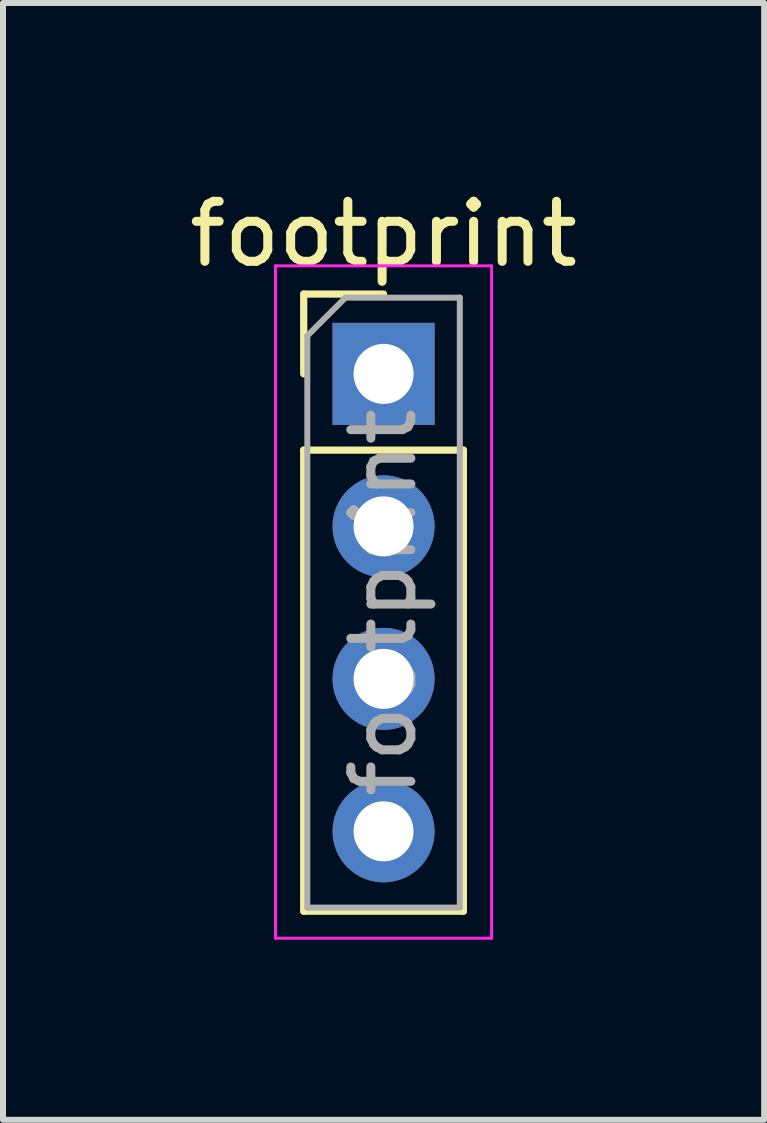
<source format=kicad_pcb>
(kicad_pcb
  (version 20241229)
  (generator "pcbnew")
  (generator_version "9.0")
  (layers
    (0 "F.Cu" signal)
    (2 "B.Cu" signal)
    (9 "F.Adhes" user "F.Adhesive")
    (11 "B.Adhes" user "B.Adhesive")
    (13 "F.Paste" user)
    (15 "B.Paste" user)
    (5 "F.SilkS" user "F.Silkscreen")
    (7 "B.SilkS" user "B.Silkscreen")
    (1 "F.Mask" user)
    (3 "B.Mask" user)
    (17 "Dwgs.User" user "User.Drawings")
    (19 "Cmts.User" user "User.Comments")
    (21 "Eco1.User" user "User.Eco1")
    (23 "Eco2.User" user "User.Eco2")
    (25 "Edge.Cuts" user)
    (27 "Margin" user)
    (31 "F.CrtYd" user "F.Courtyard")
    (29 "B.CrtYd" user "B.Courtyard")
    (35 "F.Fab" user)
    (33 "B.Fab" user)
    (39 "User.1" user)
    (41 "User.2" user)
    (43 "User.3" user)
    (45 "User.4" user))
  (footprint "footprint"
    (layer "F.Cu")
    (at 3.339 3.178)
    (property "Reference" "footprint" (at 0 -2.33 0) (layer "F.SilkS") (effects (font (size 1 1) (thickness 0.15))))
    (attr through_hole)
    (fp_line (start -1.33 -1.33) (end 0 -1.33) (stroke (width 0.12) (type solid)) (layer "F.SilkS"))
    (fp_line (start -1.33 0) (end -1.33 -1.33) (stroke (width 0.12) (type solid)) (layer "F.SilkS"))
    (fp_line (start -1.33 1.27) (end -1.33 8.95) (stroke (width 0.12) (type solid)) (layer "F.SilkS"))
    (fp_line (start -1.33 1.27) (end 1.33 1.27) (stroke (width 0.12) (type solid)) (layer "F.SilkS"))
    (fp_line (start -1.33 8.95) (end 1.33 8.95) (stroke (width 0.12) (type solid)) (layer "F.SilkS"))
    (fp_line (start 1.33 1.27) (end 1.33 8.95) (stroke (width 0.12) (type solid)) (layer "F.SilkS"))
    (fp_line (start -1.8 -1.8) (end -1.8 9.4) (stroke (width 0.05) (type solid)) (layer "F.CrtYd"))
    (fp_line (start -1.8 9.4) (end 1.8 9.4) (stroke (width 0.05) (type solid)) (layer "F.CrtYd"))
    (fp_line (start 1.8 -1.8) (end -1.8 -1.8) (stroke (width 0.05) (type solid)) (layer "F.CrtYd"))
    (fp_line (start 1.8 9.4) (end 1.8 -1.8) (stroke (width 0.05) (type solid)) (layer "F.CrtYd"))
    (fp_line (start -1.27 -0.635) (end -0.635 -1.27) (stroke (width 0.1) (type solid)) (layer "F.Fab"))
    (fp_line (start -1.27 8.89) (end -1.27 -0.635) (stroke (width 0.1) (type solid)) (layer "F.Fab"))
    (fp_line (start -0.635 -1.27) (end 1.27 -1.27) (stroke (width 0.1) (type solid)) (layer "F.Fab"))
    (fp_line (start 1.27 -1.27) (end 1.27 8.89) (stroke (width 0.1) (type solid)) (layer "F.Fab"))
    (fp_line (start 1.27 8.89) (end -1.27 8.89) (stroke (width 0.1) (type solid)) (layer "F.Fab"))
    (fp_text user "${REFERENCE}" (at 0 3.81 90) (layer "F.Fab") (effects (font (size 1 1) (thickness 0.15))))
    (pad "1" thru_hole rect (at 0 0) (size 1.7 1.7) (drill 1) (layers "*.Cu" "*.Mask"))
    (pad "2" thru_hole oval (at 0 2.54) (size 1.7 1.7) (drill 1) (layers "*.Cu" "*.Mask"))
    (pad "3" thru_hole oval (at 0 5.08) (size 1.7 1.7) (drill 1) (layers "*.Cu" "*.Mask"))
    (pad "4" thru_hole oval (at 0 7.62) (size 1.7 1.7) (drill 1) (layers "*.Cu" "*.Mask")))
  (gr_rect
    (start -3 -3)
    (end 9.679 15.603)
    (stroke (width 0.1) (type default))
    (fill no)
    (layer "Edge.Cuts")))
</source>
